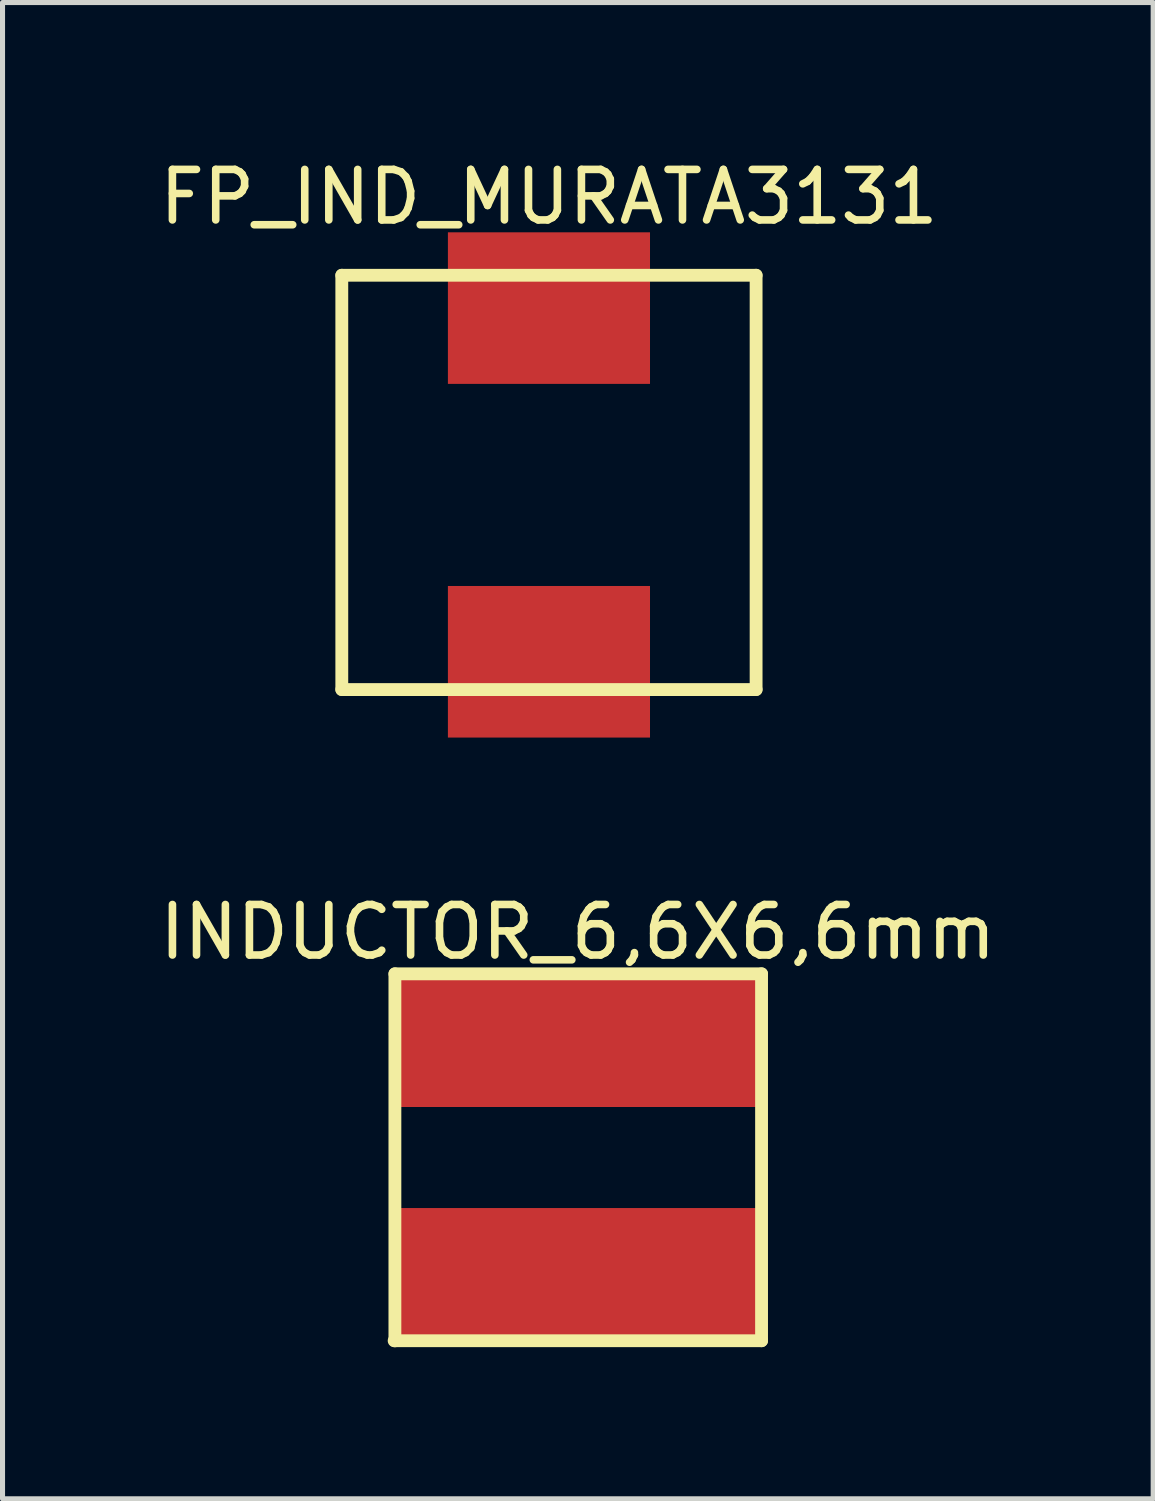
<source format=kicad_pcb>
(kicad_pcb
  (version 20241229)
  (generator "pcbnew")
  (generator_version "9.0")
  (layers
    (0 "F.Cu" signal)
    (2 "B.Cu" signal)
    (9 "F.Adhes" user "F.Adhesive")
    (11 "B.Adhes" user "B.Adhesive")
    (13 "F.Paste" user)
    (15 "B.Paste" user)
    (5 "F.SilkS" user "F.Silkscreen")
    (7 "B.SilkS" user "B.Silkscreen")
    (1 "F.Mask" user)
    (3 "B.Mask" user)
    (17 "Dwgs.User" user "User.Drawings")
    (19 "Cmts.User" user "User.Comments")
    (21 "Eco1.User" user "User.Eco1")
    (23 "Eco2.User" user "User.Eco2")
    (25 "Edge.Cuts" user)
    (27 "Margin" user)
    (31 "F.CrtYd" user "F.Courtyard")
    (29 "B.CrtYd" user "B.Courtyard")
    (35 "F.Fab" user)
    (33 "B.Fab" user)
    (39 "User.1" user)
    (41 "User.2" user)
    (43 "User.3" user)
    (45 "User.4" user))
  (footprint "FP_IND_MURATA3131"
    (layer "F.Cu")
    (at 7.815 10.048)
    (property "Reference" "FP_IND_MURATA3131" (at 0 -9.2 0) (layer "F.SilkS") (effects (font (size 1 1) (thickness 0.15))))
    (fp_line (start -4.1 -7.65) (end 4.1 -7.65) (stroke (width 0.254) (type solid)) (layer "F.SilkS"))
    (fp_line (start -4.1 0.55) (end -4.1 -7.65) (stroke (width 0.254) (type solid)) (layer "F.SilkS"))
    (fp_line (start -4.1 0.55) (end 4.1 0.55) (stroke (width 0.254) (type solid)) (layer "F.SilkS"))
    (fp_line (start 4.1 0.55) (end 4.1 -7.65) (stroke (width 0.254) (type solid)) (layer "F.SilkS"))
    (pad "1" smd rect (at 0 0 270) (size 3 4) (layers "F.Cu" "F.Mask" "F.Paste"))
    (pad "2" smd rect (at 0 -7 270) (size 3 4) (layers "F.Cu" "F.Mask" "F.Paste")))
  (footprint "INDUCTOR_6,6X6,6mm"
    (layer "F.Cu")
    (at 8.399 19.86)
    (property "Reference" "INDUCTOR_6,6X6,6mm" (at -0.012 -4.463 0) (layer "F.SilkS") (effects (font (size 1 1) (thickness 0.15))))
    (fp_line (start -3.648 3.626) (end 3.624 3.626) (stroke (width 0.254) (type solid)) (layer "F.SilkS"))
    (fp_line (start -3.633 -3.636) (end 3.624 -3.636) (stroke (width 0.254) (type solid)) (layer "F.SilkS"))
    (fp_line (start -3.633 3.628) (end -3.633 -3.636) (stroke (width 0.254) (type solid)) (layer "F.SilkS"))
    (fp_line (start 3.624 3.626) (end 3.624 -3.636) (stroke (width 0.254) (type solid)) (layer "F.SilkS"))
    (pad "1" smd rect (at 0 -2.325 270) (size 2.65 7.3) (layers "F.Cu" "F.Mask" "F.Paste"))
    (pad "2" smd rect (at 0 2.325 270) (size 2.65 7.3) (layers "F.Cu" "F.Mask" "F.Paste")))
  (gr_rect
    (start -3 -3)
    (end 19.774 26.614)
    (stroke (width 0.1) (type default))
    (fill no)
    (layer "Edge.Cuts")))
</source>
